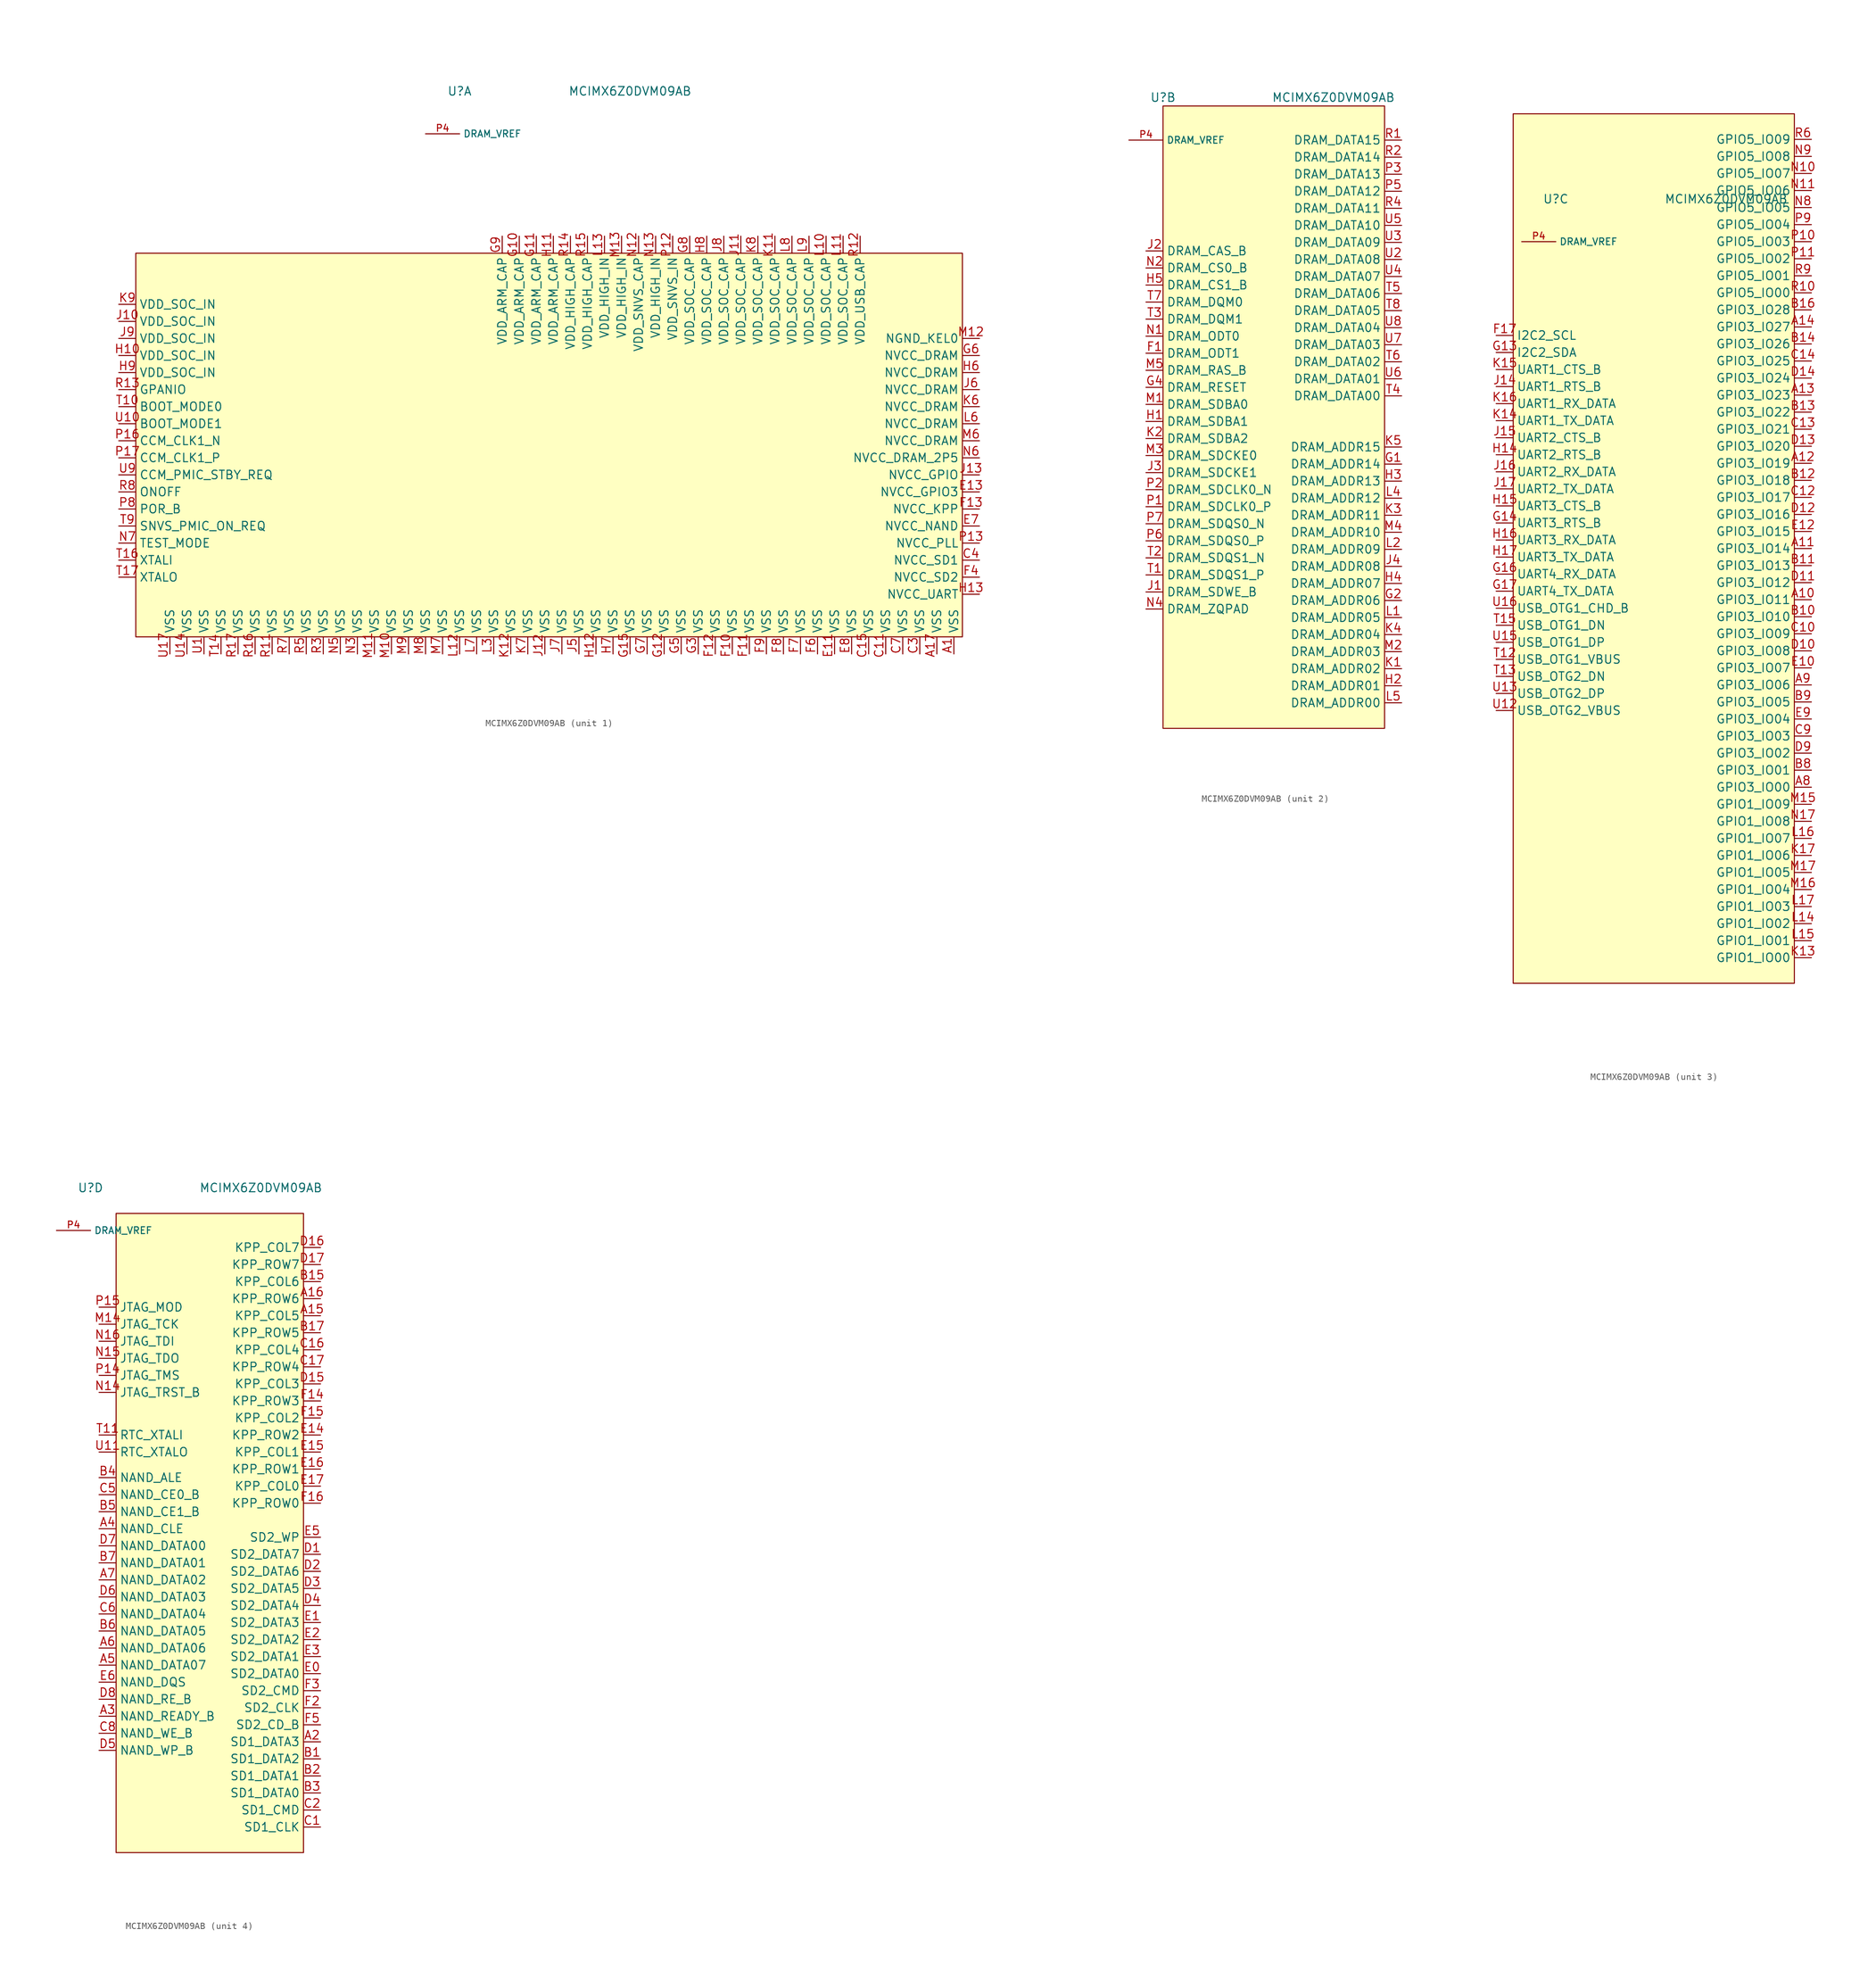
<source format=kicad_sym>
(kicad_symbol_lib
  (version 20211014)
  (generator kicad_symbol_editor)
  (symbol "MCIMX6Z0DVM09AB"
    (property "Reference" "U"
      (at -17.78 48.26 0)
      (effects (font (size 1.27 1.27))))
    (property "Value" "MCIMX6Z0DVM09AB"
      (at 7.62 48.26 0)
      (effects (font (size 1.27 1.27))))
    (property "ki_locked" ""
      (at 0 0 0)
      (effects (font (size 1.27 1.27))))
    (symbol "MCIMX6Z0DVM09AB_0_0"
      (pin power_in line (at -22.86 41.91 0) (length 5.08) (name "DRAM_VREF" (effects (font (size 1.016 1.016)))) (number "P4" (effects (font (size 1.016 1.016))))))
    (symbol "MCIMX6Z0DVM09AB_1_1"
      (rectangle (start 57.15 -33.02) (end -66.04 24.13) (stroke (width 0) (type default) (color 0 0 0 0)) (fill (type background)))
      (pin input line (at 55.88 -35.56 90) (length 2.54) (name "VSS" (effects (font (size 1.27 1.27)))) (number "A1" (effects (font (size 1.27 1.27)))))
      (pin input line (at 53.34 -35.56 90) (length 2.54) (name "VSS" (effects (font (size 1.27 1.27)))) (number "A17" (effects (font (size 1.27 1.27)))))
      (pin input line (at 45.72 -35.56 90) (length 2.54) (name "VSS" (effects (font (size 1.27 1.27)))) (number "C11" (effects (font (size 1.27 1.27)))))
      (pin input line (at 43.18 -35.56 90) (length 2.54) (name "VSS" (effects (font (size 1.27 1.27)))) (number "C15" (effects (font (size 1.27 1.27)))))
      (pin input line (at 50.8 -35.56 90) (length 2.54) (name "VSS" (effects (font (size 1.27 1.27)))) (number "C3" (effects (font (size 1.27 1.27)))))
      (pin input line (at 59.69 -21.59 180) (length 2.54) (name "NVCC_SD1" (effects (font (size 1.27 1.27)))) (number "C4" (effects (font (size 1.27 1.27)))))
      (pin input line (at 48.26 -35.56 90) (length 2.54) (name "VSS" (effects (font (size 1.27 1.27)))) (number "C7" (effects (font (size 1.27 1.27)))))
      (pin input line (at 38.1 -35.56 90) (length 2.54) (name "VSS" (effects (font (size 1.27 1.27)))) (number "E11" (effects (font (size 1.27 1.27)))))
      (pin input line (at 59.69 -11.43 180) (length 2.54) (name "NVCC_GPIO3" (effects (font (size 1.27 1.27)))) (number "E13" (effects (font (size 1.27 1.27)))))
      (pin input line (at 59.69 -16.51 180) (length 2.54) (name "NVCC_NAND" (effects (font (size 1.27 1.27)))) (number "E7" (effects (font (size 1.27 1.27)))))
      (pin input line (at 40.64 -35.56 90) (length 2.54) (name "VSS" (effects (font (size 1.27 1.27)))) (number "E8" (effects (font (size 1.27 1.27)))))
      (pin input line (at 22.86 -35.56 90) (length 2.54) (name "VSS" (effects (font (size 1.27 1.27)))) (number "F10" (effects (font (size 1.27 1.27)))))
      (pin input line (at 25.4 -35.56 90) (length 2.54) (name "VSS" (effects (font (size 1.27 1.27)))) (number "F11" (effects (font (size 1.27 1.27)))))
      (pin input line (at 20.32 -35.56 90) (length 2.54) (name "VSS" (effects (font (size 1.27 1.27)))) (number "F12" (effects (font (size 1.27 1.27)))))
      (pin input line (at 59.69 -13.97 180) (length 2.54) (name "NVCC_KPP" (effects (font (size 1.27 1.27)))) (number "F13" (effects (font (size 1.27 1.27)))))
      (pin input line (at 59.69 -24.13 180) (length 2.54) (name "NVCC_SD2" (effects (font (size 1.27 1.27)))) (number "F4" (effects (font (size 1.27 1.27)))))
      (pin input line (at 35.56 -35.56 90) (length 2.54) (name "VSS" (effects (font (size 1.27 1.27)))) (number "F6" (effects (font (size 1.27 1.27)))))
      (pin input line (at 33.02 -35.56 90) (length 2.54) (name "VSS" (effects (font (size 1.27 1.27)))) (number "F7" (effects (font (size 1.27 1.27)))))
      (pin input line (at 30.48 -35.56 90) (length 2.54) (name "VSS" (effects (font (size 1.27 1.27)))) (number "F8" (effects (font (size 1.27 1.27)))))
      (pin input line (at 27.94 -35.56 90) (length 2.54) (name "VSS" (effects (font (size 1.27 1.27)))) (number "F9" (effects (font (size 1.27 1.27)))))
      (pin input line (at -8.89 26.67 270) (length 2.54) (name "VDD_ARM_CAP" (effects (font (size 1.27 1.27)))) (number "G10" (effects (font (size 1.27 1.27)))))
      (pin input line (at -6.35 26.67 270) (length 2.54) (name "VDD_ARM_CAP" (effects (font (size 1.27 1.27)))) (number "G11" (effects (font (size 1.27 1.27)))))
      (pin input line (at 12.7 -35.56 90) (length 2.54) (name "VSS" (effects (font (size 1.27 1.27)))) (number "G12" (effects (font (size 1.27 1.27)))))
      (pin input line (at 7.62 -35.56 90) (length 2.54) (name "VSS" (effects (font (size 1.27 1.27)))) (number "G15" (effects (font (size 1.27 1.27)))))
      (pin input line (at 17.78 -35.56 90) (length 2.54) (name "VSS" (effects (font (size 1.27 1.27)))) (number "G3" (effects (font (size 1.27 1.27)))))
      (pin input line (at 15.24 -35.56 90) (length 2.54) (name "VSS" (effects (font (size 1.27 1.27)))) (number "G5" (effects (font (size 1.27 1.27)))))
      (pin input line (at 59.69 8.89 180) (length 2.54) (name "NVCC_DRAM" (effects (font (size 1.27 1.27)))) (number "G6" (effects (font (size 1.27 1.27)))))
      (pin input line (at 10.16 -35.56 90) (length 2.54) (name "VSS" (effects (font (size 1.27 1.27)))) (number "G7" (effects (font (size 1.27 1.27)))))
      (pin input line (at 16.51 26.67 270) (length 2.54) (name "VDD_SOC_CAP" (effects (font (size 1.27 1.27)))) (number "G8" (effects (font (size 1.27 1.27)))))
      (pin input line (at -11.43 26.67 270) (length 2.54) (name "VDD_ARM_CAP" (effects (font (size 1.27 1.27)))) (number "G9" (effects (font (size 1.27 1.27)))))
      (pin input line (at -68.58 8.89 0) (length 2.54) (name "VDD_SOC_IN" (effects (font (size 1.27 1.27)))) (number "H10" (effects (font (size 1.27 1.27)))))
      (pin input line (at -3.81 26.67 270) (length 2.54) (name "VDD_ARM_CAP" (effects (font (size 1.27 1.27)))) (number "H11" (effects (font (size 1.27 1.27)))))
      (pin input line (at 2.54 -35.56 90) (length 2.54) (name "VSS" (effects (font (size 1.27 1.27)))) (number "H12" (effects (font (size 1.27 1.27)))))
      (pin input line (at 59.69 -26.67 180) (length 2.54) (name "NVCC_UART" (effects (font (size 1.27 1.27)))) (number "H13" (effects (font (size 1.27 1.27)))))
      (pin input line (at 59.69 6.35 180) (length 2.54) (name "NVCC_DRAM" (effects (font (size 1.27 1.27)))) (number "H6" (effects (font (size 1.27 1.27)))))
      (pin input line (at 5.08 -35.56 90) (length 2.54) (name "VSS" (effects (font (size 1.27 1.27)))) (number "H7" (effects (font (size 1.27 1.27)))))
      (pin input line (at 19.05 26.67 270) (length 2.54) (name "VDD_SOC_CAP" (effects (font (size 1.27 1.27)))) (number "H8" (effects (font (size 1.27 1.27)))))
      (pin input line (at -68.58 6.35 0) (length 2.54) (name "VDD_SOC_IN" (effects (font (size 1.27 1.27)))) (number "H9" (effects (font (size 1.27 1.27)))))
      (pin input line (at -68.58 13.97 0) (length 2.54) (name "VDD_SOC_IN" (effects (font (size 1.27 1.27)))) (number "J10" (effects (font (size 1.27 1.27)))))
      (pin input line (at 24.13 26.67 270) (length 2.54) (name "VDD_SOC_CAP" (effects (font (size 1.27 1.27)))) (number "J11" (effects (font (size 1.27 1.27)))))
      (pin input line (at -5.08 -35.56 90) (length 2.54) (name "VSS" (effects (font (size 1.27 1.27)))) (number "J12" (effects (font (size 1.27 1.27)))))
      (pin input line (at 59.69 -8.89 180) (length 2.54) (name "NVCC_GPIO" (effects (font (size 1.27 1.27)))) (number "J13" (effects (font (size 1.27 1.27)))))
      (pin input line (at 0 -35.56 90) (length 2.54) (name "VSS" (effects (font (size 1.27 1.27)))) (number "J5" (effects (font (size 1.27 1.27)))))
      (pin input line (at 59.69 3.81 180) (length 2.54) (name "NVCC_DRAM" (effects (font (size 1.27 1.27)))) (number "J6" (effects (font (size 1.27 1.27)))))
      (pin input line (at -2.54 -35.56 90) (length 2.54) (name "VSS" (effects (font (size 1.27 1.27)))) (number "J7" (effects (font (size 1.27 1.27)))))
      (pin input line (at 21.59 26.67 270) (length 2.54) (name "VDD_SOC_CAP" (effects (font (size 1.27 1.27)))) (number "J8" (effects (font (size 1.27 1.27)))))
      (pin input line (at -68.58 11.43 0) (length 2.54) (name "VDD_SOC_IN" (effects (font (size 1.27 1.27)))) (number "J9" (effects (font (size 1.27 1.27)))))
      (pin input line (at 29.21 26.67 270) (length 2.54) (name "VDD_SOC_CAP" (effects (font (size 1.27 1.27)))) (number "K11" (effects (font (size 1.27 1.27)))))
      (pin input line (at -10.16 -35.56 90) (length 2.54) (name "VSS" (effects (font (size 1.27 1.27)))) (number "K12" (effects (font (size 1.27 1.27)))))
      (pin input line (at 59.69 1.27 180) (length 2.54) (name "NVCC_DRAM" (effects (font (size 1.27 1.27)))) (number "K6" (effects (font (size 1.27 1.27)))))
      (pin input line (at -7.62 -35.56 90) (length 2.54) (name "VSS" (effects (font (size 1.27 1.27)))) (number "K7" (effects (font (size 1.27 1.27)))))
      (pin input line (at 26.67 26.67 270) (length 2.54) (name "VDD_SOC_CAP" (effects (font (size 1.27 1.27)))) (number "K8" (effects (font (size 1.27 1.27)))))
      (pin input line (at -68.58 16.51 0) (length 2.54) (name "VDD_SOC_IN" (effects (font (size 1.27 1.27)))) (number "K9" (effects (font (size 1.27 1.27)))))
      (pin input line (at 36.83 26.67 270) (length 2.54) (name "VDD_SOC_CAP" (effects (font (size 1.27 1.27)))) (number "L10" (effects (font (size 1.27 1.27)))))
      (pin input line (at 39.37 26.67 270) (length 2.54) (name "VDD_SOC_CAP" (effects (font (size 1.27 1.27)))) (number "L11" (effects (font (size 1.27 1.27)))))
      (pin input line (at -17.78 -35.56 90) (length 2.54) (name "VSS" (effects (font (size 1.27 1.27)))) (number "L12" (effects (font (size 1.27 1.27)))))
      (pin input line (at 3.81 26.67 270) (length 2.54) (name "VDD_HIGH_IN" (effects (font (size 1.27 1.27)))) (number "L13" (effects (font (size 1.27 1.27)))))
      (pin input line (at -12.7 -35.56 90) (length 2.54) (name "VSS" (effects (font (size 1.27 1.27)))) (number "L3" (effects (font (size 1.27 1.27)))))
      (pin input line (at 59.69 -1.27 180) (length 2.54) (name "NVCC_DRAM" (effects (font (size 1.27 1.27)))) (number "L6" (effects (font (size 1.27 1.27)))))
      (pin input line (at -15.24 -35.56 90) (length 2.54) (name "VSS" (effects (font (size 1.27 1.27)))) (number "L7" (effects (font (size 1.27 1.27)))))
      (pin input line (at 31.75 26.67 270) (length 2.54) (name "VDD_SOC_CAP" (effects (font (size 1.27 1.27)))) (number "L8" (effects (font (size 1.27 1.27)))))
      (pin input line (at 34.29 26.67 270) (length 2.54) (name "VDD_SOC_CAP" (effects (font (size 1.27 1.27)))) (number "L9" (effects (font (size 1.27 1.27)))))
      (pin input line (at -27.94 -35.56 90) (length 2.54) (name "VSS" (effects (font (size 1.27 1.27)))) (number "M10" (effects (font (size 1.27 1.27)))))
      (pin input line (at -30.48 -35.56 90) (length 2.54) (name "VSS" (effects (font (size 1.27 1.27)))) (number "M11" (effects (font (size 1.27 1.27)))))
      (pin input line (at 59.69 11.43 180) (length 2.54) (name "NGND_KEL0" (effects (font (size 1.27 1.27)))) (number "M12" (effects (font (size 1.27 1.27)))))
      (pin input line (at 6.35 26.67 270) (length 2.54) (name "VDD_HIGH_IN" (effects (font (size 1.27 1.27)))) (number "M13" (effects (font (size 1.27 1.27)))))
      (pin input line (at 59.69 -3.81 180) (length 2.54) (name "NVCC_DRAM" (effects (font (size 1.27 1.27)))) (number "M6" (effects (font (size 1.27 1.27)))))
      (pin input line (at -20.32 -35.56 90) (length 2.54) (name "VSS" (effects (font (size 1.27 1.27)))) (number "M7" (effects (font (size 1.27 1.27)))))
      (pin input line (at -22.86 -35.56 90) (length 2.54) (name "VSS" (effects (font (size 1.27 1.27)))) (number "M8" (effects (font (size 1.27 1.27)))))
      (pin input line (at -25.4 -35.56 90) (length 2.54) (name "VSS" (effects (font (size 1.27 1.27)))) (number "M9" (effects (font (size 1.27 1.27)))))
      (pin input line (at 8.89 26.67 270) (length 2.54) (name "VDD_SNVS_CAP" (effects (font (size 1.27 1.27)))) (number "N12" (effects (font (size 1.27 1.27)))))
      (pin input line (at 11.43 26.67 270) (length 2.54) (name "VDD_HIGH_IN" (effects (font (size 1.27 1.27)))) (number "N13" (effects (font (size 1.27 1.27)))))
      (pin input line (at -33.02 -35.56 90) (length 2.54) (name "VSS" (effects (font (size 1.27 1.27)))) (number "N3" (effects (font (size 1.27 1.27)))))
      (pin input line (at -35.56 -35.56 90) (length 2.54) (name "VSS" (effects (font (size 1.27 1.27)))) (number "N5" (effects (font (size 1.27 1.27)))))
      (pin input line (at 59.69 -6.35 180) (length 2.54) (name "NVCC_DRAM_2P5" (effects (font (size 1.27 1.27)))) (number "N6" (effects (font (size 1.27 1.27)))))
      (pin unspecified line (at -68.58 -19.05 0) (length 2.54) (name "TEST_MODE" (effects (font (size 1.27 1.27)))) (number "N7" (effects (font (size 1.27 1.27)))))
      (pin input line (at 13.97 26.67 270) (length 2.54) (name "VDD_SNVS_IN" (effects (font (size 1.27 1.27)))) (number "P12" (effects (font (size 1.27 1.27)))))
      (pin input line (at 59.69 -19.05 180) (length 2.54) (name "NVCC_PLL" (effects (font (size 1.27 1.27)))) (number "P13" (effects (font (size 1.27 1.27)))))
      (pin input line (at -68.58 -3.81 0) (length 2.54) (name "CCM_CLK1_N" (effects (font (size 1.27 1.27)))) (number "P16" (effects (font (size 1.27 1.27)))))
      (pin input line (at -68.58 -6.35 0) (length 2.54) (name "CCM_CLK1_P" (effects (font (size 1.27 1.27)))) (number "P17" (effects (font (size 1.27 1.27)))))
      (pin unspecified line (at -68.58 -13.97 0) (length 2.54) (name "POR_B" (effects (font (size 1.27 1.27)))) (number "P8" (effects (font (size 1.27 1.27)))))
      (pin input line (at -45.72 -35.56 90) (length 2.54) (name "VSS" (effects (font (size 1.27 1.27)))) (number "R11" (effects (font (size 1.27 1.27)))))
      (pin input line (at 41.91 26.67 270) (length 2.54) (name "VDD_USB_CAP" (effects (font (size 1.27 1.27)))) (number "R12" (effects (font (size 1.27 1.27)))))
      (pin input line (at -68.58 3.81 0) (length 2.54) (name "GPANIO" (effects (font (size 1.27 1.27)))) (number "R13" (effects (font (size 1.27 1.27)))))
      (pin input line (at -1.27 26.67 270) (length 2.54) (name "VDD_HIGH_CAP" (effects (font (size 1.27 1.27)))) (number "R14" (effects (font (size 1.27 1.27)))))
      (pin input line (at 1.27 26.67 270) (length 2.54) (name "VDD_HIGH_CAP" (effects (font (size 1.27 1.27)))) (number "R15" (effects (font (size 1.27 1.27)))))
      (pin input line (at -48.26 -35.56 90) (length 2.54) (name "VSS" (effects (font (size 1.27 1.27)))) (number "R16" (effects (font (size 1.27 1.27)))))
      (pin input line (at -50.8 -35.56 90) (length 2.54) (name "VSS" (effects (font (size 1.27 1.27)))) (number "R17" (effects (font (size 1.27 1.27)))))
      (pin input line (at -38.1 -35.56 90) (length 2.54) (name "VSS" (effects (font (size 1.27 1.27)))) (number "R3" (effects (font (size 1.27 1.27)))))
      (pin input line (at -40.64 -35.56 90) (length 2.54) (name "VSS" (effects (font (size 1.27 1.27)))) (number "R5" (effects (font (size 1.27 1.27)))))
      (pin input line (at -43.18 -35.56 90) (length 2.54) (name "VSS" (effects (font (size 1.27 1.27)))) (number "R7" (effects (font (size 1.27 1.27)))))
      (pin unspecified line (at -68.58 -11.43 0) (length 2.54) (name "ONOFF" (effects (font (size 1.27 1.27)))) (number "R8" (effects (font (size 1.27 1.27)))))
      (pin input line (at -68.58 1.27 0) (length 2.54) (name "BOOT_MODE0" (effects (font (size 1.27 1.27)))) (number "T10" (effects (font (size 1.27 1.27)))))
      (pin input line (at -53.34 -35.56 90) (length 2.54) (name "VSS" (effects (font (size 1.27 1.27)))) (number "T14" (effects (font (size 1.27 1.27)))))
      (pin bidirectional line (at -68.58 -21.59 0) (length 2.54) (name "XTALI" (effects (font (size 1.27 1.27)))) (number "T16" (effects (font (size 1.27 1.27)))))
      (pin bidirectional line (at -68.58 -24.13 0) (length 2.54) (name "XTALO" (effects (font (size 1.27 1.27)))) (number "T17" (effects (font (size 1.27 1.27)))))
      (pin unspecified line (at -68.58 -16.51 0) (length 2.54) (name "SNVS_PMIC_ON_REQ" (effects (font (size 1.27 1.27)))) (number "T9" (effects (font (size 1.27 1.27)))))
      (pin input line (at -55.88 -35.56 90) (length 2.54) (name "VSS" (effects (font (size 1.27 1.27)))) (number "U1" (effects (font (size 1.27 1.27)))))
      (pin input line (at -68.58 -1.27 0) (length 2.54) (name "BOOT_MODE1" (effects (font (size 1.27 1.27)))) (number "U10" (effects (font (size 1.27 1.27)))))
      (pin input line (at -58.42 -35.56 90) (length 2.54) (name "VSS" (effects (font (size 1.27 1.27)))) (number "U14" (effects (font (size 1.27 1.27)))))
      (pin input line (at -60.96 -35.56 90) (length 2.54) (name "VSS" (effects (font (size 1.27 1.27)))) (number "U17" (effects (font (size 1.27 1.27)))))
      (pin input line (at -68.58 -8.89 0) (length 2.54) (name "CCM_PMIC_STBY_REQ" (effects (font (size 1.27 1.27)))) (number "U9" (effects (font (size 1.27 1.27))))))
    (symbol "MCIMX6Z0DVM09AB_2_1"
      (rectangle (start 15.24 46.99) (end -17.78 -45.72) (stroke (width 0) (type default) (color 0 0 0 0)) (fill (type background)))
      (pin output line (at -20.32 10.16 0) (length 2.54) (name "DRAM_ODT1" (effects (font (size 1.27 1.27)))) (number "F1" (effects (font (size 1.27 1.27)))))
      (pin output line (at 17.78 -6.35 180) (length 2.54) (name "DRAM_ADDR14" (effects (font (size 1.27 1.27)))) (number "G1" (effects (font (size 1.27 1.27)))))
      (pin output line (at 17.78 -26.67 180) (length 2.54) (name "DRAM_ADDR06" (effects (font (size 1.27 1.27)))) (number "G2" (effects (font (size 1.27 1.27)))))
      (pin output line (at -20.32 5.08 0) (length 2.54) (name "DRAM_RESET" (effects (font (size 1.27 1.27)))) (number "G4" (effects (font (size 1.27 1.27)))))
      (pin output line (at -20.32 0 0) (length 2.54) (name "DRAM_SDBA1" (effects (font (size 1.27 1.27)))) (number "H1" (effects (font (size 1.27 1.27)))))
      (pin output line (at 17.78 -39.37 180) (length 2.54) (name "DRAM_ADDR01" (effects (font (size 1.27 1.27)))) (number "H2" (effects (font (size 1.27 1.27)))))
      (pin output line (at 17.78 -8.89 180) (length 2.54) (name "DRAM_ADDR13" (effects (font (size 1.27 1.27)))) (number "H3" (effects (font (size 1.27 1.27)))))
      (pin output line (at 17.78 -24.13 180) (length 2.54) (name "DRAM_ADDR07" (effects (font (size 1.27 1.27)))) (number "H4" (effects (font (size 1.27 1.27)))))
      (pin output line (at -20.32 20.32 0) (length 2.54) (name "DRAM_CS1_B" (effects (font (size 1.27 1.27)))) (number "H5" (effects (font (size 1.27 1.27)))))
      (pin output line (at -20.32 -25.4 0) (length 2.54) (name "DRAM_SDWE_B" (effects (font (size 1.27 1.27)))) (number "J1" (effects (font (size 1.27 1.27)))))
      (pin output line (at -20.32 25.4 0) (length 2.54) (name "DRAM_CAS_B" (effects (font (size 1.27 1.27)))) (number "J2" (effects (font (size 1.27 1.27)))))
      (pin output line (at -20.32 -7.62 0) (length 2.54) (name "DRAM_SDCKE1" (effects (font (size 1.27 1.27)))) (number "J3" (effects (font (size 1.27 1.27)))))
      (pin output line (at 17.78 -21.59 180) (length 2.54) (name "DRAM_ADDR08" (effects (font (size 1.27 1.27)))) (number "J4" (effects (font (size 1.27 1.27)))))
      (pin output line (at 17.78 -36.83 180) (length 2.54) (name "DRAM_ADDR02" (effects (font (size 1.27 1.27)))) (number "K1" (effects (font (size 1.27 1.27)))))
      (pin output line (at -20.32 -2.54 0) (length 2.54) (name "DRAM_SDBA2" (effects (font (size 1.27 1.27)))) (number "K2" (effects (font (size 1.27 1.27)))))
      (pin output line (at 17.78 -13.97 180) (length 2.54) (name "DRAM_ADDR11" (effects (font (size 1.27 1.27)))) (number "K3" (effects (font (size 1.27 1.27)))))
      (pin output line (at 17.78 -31.75 180) (length 2.54) (name "DRAM_ADDR04" (effects (font (size 1.27 1.27)))) (number "K4" (effects (font (size 1.27 1.27)))))
      (pin output line (at 17.78 -3.81 180) (length 2.54) (name "DRAM_ADDR15" (effects (font (size 1.27 1.27)))) (number "K5" (effects (font (size 1.27 1.27)))))
      (pin output line (at 17.78 -29.21 180) (length 2.54) (name "DRAM_ADDR05" (effects (font (size 1.27 1.27)))) (number "L1" (effects (font (size 1.27 1.27)))))
      (pin output line (at 17.78 -19.05 180) (length 2.54) (name "DRAM_ADDR09" (effects (font (size 1.27 1.27)))) (number "L2" (effects (font (size 1.27 1.27)))))
      (pin output line (at 17.78 -11.43 180) (length 2.54) (name "DRAM_ADDR12" (effects (font (size 1.27 1.27)))) (number "L4" (effects (font (size 1.27 1.27)))))
      (pin output line (at 17.78 -41.91 180) (length 2.54) (name "DRAM_ADDR00" (effects (font (size 1.27 1.27)))) (number "L5" (effects (font (size 1.27 1.27)))))
      (pin output line (at -20.32 2.54 0) (length 2.54) (name "DRAM_SDBA0" (effects (font (size 1.27 1.27)))) (number "M1" (effects (font (size 1.27 1.27)))))
      (pin output line (at 17.78 -34.29 180) (length 2.54) (name "DRAM_ADDR03" (effects (font (size 1.27 1.27)))) (number "M2" (effects (font (size 1.27 1.27)))))
      (pin output line (at -20.32 -5.08 0) (length 2.54) (name "DRAM_SDCKE0" (effects (font (size 1.27 1.27)))) (number "M3" (effects (font (size 1.27 1.27)))))
      (pin output line (at 17.78 -16.51 180) (length 2.54) (name "DRAM_ADDR10" (effects (font (size 1.27 1.27)))) (number "M4" (effects (font (size 1.27 1.27)))))
      (pin output line (at -20.32 7.62 0) (length 2.54) (name "DRAM_RAS_B" (effects (font (size 1.27 1.27)))) (number "M5" (effects (font (size 1.27 1.27)))))
      (pin output line (at -20.32 12.7 0) (length 2.54) (name "DRAM_ODT0" (effects (font (size 1.27 1.27)))) (number "N1" (effects (font (size 1.27 1.27)))))
      (pin output line (at -20.32 22.86 0) (length 2.54) (name "DRAM_CS0_B" (effects (font (size 1.27 1.27)))) (number "N2" (effects (font (size 1.27 1.27)))))
      (pin input line (at -20.32 -27.94 0) (length 2.54) (name "DRAM_ZQPAD" (effects (font (size 1.27 1.27)))) (number "N4" (effects (font (size 1.27 1.27)))))
      (pin input line (at -20.32 -12.7 0) (length 2.54) (name "DRAM_SDCLK0_P" (effects (font (size 1.27 1.27)))) (number "P1" (effects (font (size 1.27 1.27)))))
      (pin input line (at -20.32 -10.16 0) (length 2.54) (name "DRAM_SDCLK0_N" (effects (font (size 1.27 1.27)))) (number "P2" (effects (font (size 1.27 1.27)))))
      (pin input line (at 17.78 36.83 180) (length 2.54) (name "DRAM_DATA13" (effects (font (size 1.27 1.27)))) (number "P3" (effects (font (size 1.27 1.27)))))
      (pin input line (at 17.78 34.29 180) (length 2.54) (name "DRAM_DATA12" (effects (font (size 1.27 1.27)))) (number "P5" (effects (font (size 1.27 1.27)))))
      (pin input line (at -20.32 -17.78 0) (length 2.54) (name "DRAM_SDQS0_P" (effects (font (size 1.27 1.27)))) (number "P6" (effects (font (size 1.27 1.27)))))
      (pin input line (at -20.32 -15.24 0) (length 2.54) (name "DRAM_SDQS0_N" (effects (font (size 1.27 1.27)))) (number "P7" (effects (font (size 1.27 1.27)))))
      (pin input line (at 17.78 41.91 180) (length 2.54) (name "DRAM_DATA15" (effects (font (size 1.27 1.27)))) (number "R1" (effects (font (size 1.27 1.27)))))
      (pin input line (at 17.78 39.37 180) (length 2.54) (name "DRAM_DATA14" (effects (font (size 1.27 1.27)))) (number "R2" (effects (font (size 1.27 1.27)))))
      (pin input line (at 17.78 31.75 180) (length 2.54) (name "DRAM_DATA11" (effects (font (size 1.27 1.27)))) (number "R4" (effects (font (size 1.27 1.27)))))
      (pin input line (at -20.32 -22.86 0) (length 2.54) (name "DRAM_SDQS1_P" (effects (font (size 1.27 1.27)))) (number "T1" (effects (font (size 1.27 1.27)))))
      (pin input line (at -20.32 -20.32 0) (length 2.54) (name "DRAM_SDQS1_N" (effects (font (size 1.27 1.27)))) (number "T2" (effects (font (size 1.27 1.27)))))
      (pin output line (at -20.32 15.24 0) (length 2.54) (name "DRAM_DQM1" (effects (font (size 1.27 1.27)))) (number "T3" (effects (font (size 1.27 1.27)))))
      (pin input line (at 17.78 3.81 180) (length 2.54) (name "DRAM_DATA00" (effects (font (size 1.27 1.27)))) (number "T4" (effects (font (size 1.27 1.27)))))
      (pin input line (at 17.78 19.05 180) (length 2.54) (name "DRAM_DATA06" (effects (font (size 1.27 1.27)))) (number "T5" (effects (font (size 1.27 1.27)))))
      (pin input line (at 17.78 8.89 180) (length 2.54) (name "DRAM_DATA02" (effects (font (size 1.27 1.27)))) (number "T6" (effects (font (size 1.27 1.27)))))
      (pin output line (at -20.32 17.78 0) (length 2.54) (name "DRAM_DQM0" (effects (font (size 1.27 1.27)))) (number "T7" (effects (font (size 1.27 1.27)))))
      (pin input line (at 17.78 16.51 180) (length 2.54) (name "DRAM_DATA05" (effects (font (size 1.27 1.27)))) (number "T8" (effects (font (size 1.27 1.27)))))
      (pin input line (at 17.78 24.13 180) (length 2.54) (name "DRAM_DATA08" (effects (font (size 1.27 1.27)))) (number "U2" (effects (font (size 1.27 1.27)))))
      (pin input line (at 17.78 26.67 180) (length 2.54) (name "DRAM_DATA09" (effects (font (size 1.27 1.27)))) (number "U3" (effects (font (size 1.27 1.27)))))
      (pin input line (at 17.78 21.59 180) (length 2.54) (name "DRAM_DATA07" (effects (font (size 1.27 1.27)))) (number "U4" (effects (font (size 1.27 1.27)))))
      (pin input line (at 17.78 29.21 180) (length 2.54) (name "DRAM_DATA10" (effects (font (size 1.27 1.27)))) (number "U5" (effects (font (size 1.27 1.27)))))
      (pin input line (at 17.78 6.35 180) (length 2.54) (name "DRAM_DATA01" (effects (font (size 1.27 1.27)))) (number "U6" (effects (font (size 1.27 1.27)))))
      (pin input line (at 17.78 11.43 180) (length 2.54) (name "DRAM_DATA03" (effects (font (size 1.27 1.27)))) (number "U7" (effects (font (size 1.27 1.27)))))
      (pin input line (at 17.78 13.97 180) (length 2.54) (name "DRAM_DATA04" (effects (font (size 1.27 1.27)))) (number "U8" (effects (font (size 1.27 1.27))))))
    (symbol "MCIMX6Z0DVM09AB_3_1"
      (rectangle (start 17.78 -68.58) (end -24.13 60.96) (stroke (width 0) (type default) (color 0 0 0 0)) (fill (type background)))
      (pin bidirectional line (at 20.32 -11.43 180) (length 2.54) (name "GPIO3_IO11" (effects (font (size 1.27 1.27)))) (number "A10" (effects (font (size 1.27 1.27)))))
      (pin bidirectional line (at 20.32 -3.81 180) (length 2.54) (name "GPIO3_IO14" (effects (font (size 1.27 1.27)))) (number "A11" (effects (font (size 1.27 1.27)))))
      (pin bidirectional line (at 20.32 8.89 180) (length 2.54) (name "GPIO3_IO19" (effects (font (size 1.27 1.27)))) (number "A12" (effects (font (size 1.27 1.27)))))
      (pin bidirectional line (at 20.32 19.05 180) (length 2.54) (name "GPIO3_IO23" (effects (font (size 1.27 1.27)))) (number "A13" (effects (font (size 1.27 1.27)))))
      (pin bidirectional line (at 20.32 29.21 180) (length 2.54) (name "GPIO3_IO27" (effects (font (size 1.27 1.27)))) (number "A14" (effects (font (size 1.27 1.27)))))
      (pin bidirectional line (at 20.32 -39.37 180) (length 2.54) (name "GPIO3_IO00" (effects (font (size 1.27 1.27)))) (number "A8" (effects (font (size 1.27 1.27)))))
      (pin bidirectional line (at 20.32 -24.13 180) (length 2.54) (name "GPIO3_IO06" (effects (font (size 1.27 1.27)))) (number "A9" (effects (font (size 1.27 1.27)))))
      (pin bidirectional line (at 20.32 -13.97 180) (length 2.54) (name "GPIO3_IO10" (effects (font (size 1.27 1.27)))) (number "B10" (effects (font (size 1.27 1.27)))))
      (pin bidirectional line (at 20.32 -6.35 180) (length 2.54) (name "GPIO3_IO13" (effects (font (size 1.27 1.27)))) (number "B11" (effects (font (size 1.27 1.27)))))
      (pin bidirectional line (at 20.32 6.35 180) (length 2.54) (name "GPIO3_IO18" (effects (font (size 1.27 1.27)))) (number "B12" (effects (font (size 1.27 1.27)))))
      (pin bidirectional line (at 20.32 16.51 180) (length 2.54) (name "GPIO3_IO22" (effects (font (size 1.27 1.27)))) (number "B13" (effects (font (size 1.27 1.27)))))
      (pin bidirectional line (at 20.32 26.67 180) (length 2.54) (name "GPIO3_IO26" (effects (font (size 1.27 1.27)))) (number "B14" (effects (font (size 1.27 1.27)))))
      (pin bidirectional line (at 20.32 31.75 180) (length 2.54) (name "GPIO3_IO28" (effects (font (size 1.27 1.27)))) (number "B16" (effects (font (size 1.27 1.27)))))
      (pin bidirectional line (at 20.32 -36.83 180) (length 2.54) (name "GPIO3_IO01" (effects (font (size 1.27 1.27)))) (number "B8" (effects (font (size 1.27 1.27)))))
      (pin bidirectional line (at 20.32 -26.67 180) (length 2.54) (name "GPIO3_IO05" (effects (font (size 1.27 1.27)))) (number "B9" (effects (font (size 1.27 1.27)))))
      (pin bidirectional line (at 20.32 -16.51 180) (length 2.54) (name "GPIO3_IO09" (effects (font (size 1.27 1.27)))) (number "C10" (effects (font (size 1.27 1.27)))))
      (pin bidirectional line (at 20.32 3.81 180) (length 2.54) (name "GPIO3_IO17" (effects (font (size 1.27 1.27)))) (number "C12" (effects (font (size 1.27 1.27)))))
      (pin bidirectional line (at 20.32 13.97 180) (length 2.54) (name "GPIO3_IO21" (effects (font (size 1.27 1.27)))) (number "C13" (effects (font (size 1.27 1.27)))))
      (pin bidirectional line (at 20.32 24.13 180) (length 2.54) (name "GPIO3_IO25" (effects (font (size 1.27 1.27)))) (number "C14" (effects (font (size 1.27 1.27)))))
      (pin bidirectional line (at 20.32 -31.75 180) (length 2.54) (name "GPIO3_IO03" (effects (font (size 1.27 1.27)))) (number "C9" (effects (font (size 1.27 1.27)))))
      (pin bidirectional line (at 20.32 -19.05 180) (length 2.54) (name "GPIO3_IO08" (effects (font (size 1.27 1.27)))) (number "D10" (effects (font (size 1.27 1.27)))))
      (pin bidirectional line (at 20.32 -8.89 180) (length 2.54) (name "GPIO3_IO12" (effects (font (size 1.27 1.27)))) (number "D11" (effects (font (size 1.27 1.27)))))
      (pin bidirectional line (at 20.32 1.27 180) (length 2.54) (name "GPIO3_IO16" (effects (font (size 1.27 1.27)))) (number "D12" (effects (font (size 1.27 1.27)))))
      (pin bidirectional line (at 20.32 11.43 180) (length 2.54) (name "GPIO3_IO20" (effects (font (size 1.27 1.27)))) (number "D13" (effects (font (size 1.27 1.27)))))
      (pin bidirectional line (at 20.32 21.59 180) (length 2.54) (name "GPIO3_IO24" (effects (font (size 1.27 1.27)))) (number "D14" (effects (font (size 1.27 1.27)))))
      (pin bidirectional line (at 20.32 -34.29 180) (length 2.54) (name "GPIO3_IO02" (effects (font (size 1.27 1.27)))) (number "D9" (effects (font (size 1.27 1.27)))))
      (pin bidirectional line (at 20.32 -21.59 180) (length 2.54) (name "GPIO3_IO07" (effects (font (size 1.27 1.27)))) (number "E10" (effects (font (size 1.27 1.27)))))
      (pin bidirectional line (at 20.32 -1.27 180) (length 2.54) (name "GPIO3_IO15" (effects (font (size 1.27 1.27)))) (number "E12" (effects (font (size 1.27 1.27)))))
      (pin bidirectional line (at 20.32 -29.21 180) (length 2.54) (name "GPIO3_IO04" (effects (font (size 1.27 1.27)))) (number "E9" (effects (font (size 1.27 1.27)))))
      (pin bidirectional line (at -26.67 27.94 0) (length 2.54) (name "I2C2_SCL" (effects (font (size 1.27 1.27)))) (number "F17" (effects (font (size 1.27 1.27)))))
      (pin bidirectional line (at -26.67 25.4 0) (length 2.54) (name "I2C2_SDA" (effects (font (size 1.27 1.27)))) (number "G13" (effects (font (size 1.27 1.27)))))
      (pin bidirectional line (at -26.67 0 0) (length 2.54) (name "UART3_RTS_B" (effects (font (size 1.27 1.27)))) (number "G14" (effects (font (size 1.27 1.27)))))
      (pin bidirectional line (at -26.67 -7.62 0) (length 2.54) (name "UART4_RX_DATA" (effects (font (size 1.27 1.27)))) (number "G16" (effects (font (size 1.27 1.27)))))
      (pin bidirectional line (at -26.67 -10.16 0) (length 2.54) (name "UART4_TX_DATA" (effects (font (size 1.27 1.27)))) (number "G17" (effects (font (size 1.27 1.27)))))
      (pin bidirectional line (at -26.67 10.16 0) (length 2.54) (name "UART2_RTS_B" (effects (font (size 1.27 1.27)))) (number "H14" (effects (font (size 1.27 1.27)))))
      (pin bidirectional line (at -26.67 2.54 0) (length 2.54) (name "UART3_CTS_B" (effects (font (size 1.27 1.27)))) (number "H15" (effects (font (size 1.27 1.27)))))
      (pin bidirectional line (at -26.67 -2.54 0) (length 2.54) (name "UART3_RX_DATA" (effects (font (size 1.27 1.27)))) (number "H16" (effects (font (size 1.27 1.27)))))
      (pin bidirectional line (at -26.67 -5.08 0) (length 2.54) (name "UART3_TX_DATA" (effects (font (size 1.27 1.27)))) (number "H17" (effects (font (size 1.27 1.27)))))
      (pin bidirectional line (at -26.67 20.32 0) (length 2.54) (name "UART1_RTS_B" (effects (font (size 1.27 1.27)))) (number "J14" (effects (font (size 1.27 1.27)))))
      (pin bidirectional line (at -26.67 12.7 0) (length 2.54) (name "UART2_CTS_B" (effects (font (size 1.27 1.27)))) (number "J15" (effects (font (size 1.27 1.27)))))
      (pin bidirectional line (at -26.67 7.62 0) (length 2.54) (name "UART2_RX_DATA" (effects (font (size 1.27 1.27)))) (number "J16" (effects (font (size 1.27 1.27)))))
      (pin bidirectional line (at -26.67 5.08 0) (length 2.54) (name "UART2_TX_DATA" (effects (font (size 1.27 1.27)))) (number "J17" (effects (font (size 1.27 1.27)))))
      (pin bidirectional line (at 20.32 -64.77 180) (length 2.54) (name "GPIO1_IO00" (effects (font (size 1.27 1.27)))) (number "K13" (effects (font (size 1.27 1.27)))))
      (pin bidirectional line (at -26.67 15.24 0) (length 2.54) (name "UART1_TX_DATA" (effects (font (size 1.27 1.27)))) (number "K14" (effects (font (size 1.27 1.27)))))
      (pin bidirectional line (at -26.67 22.86 0) (length 2.54) (name "UART1_CTS_B" (effects (font (size 1.27 1.27)))) (number "K15" (effects (font (size 1.27 1.27)))))
      (pin bidirectional line (at -26.67 17.78 0) (length 2.54) (name "UART1_RX_DATA" (effects (font (size 1.27 1.27)))) (number "K16" (effects (font (size 1.27 1.27)))))
      (pin bidirectional line (at 20.32 -49.53 180) (length 2.54) (name "GPIO1_IO06" (effects (font (size 1.27 1.27)))) (number "K17" (effects (font (size 1.27 1.27)))))
      (pin bidirectional line (at 20.32 -59.69 180) (length 2.54) (name "GPIO1_IO02" (effects (font (size 1.27 1.27)))) (number "L14" (effects (font (size 1.27 1.27)))))
      (pin bidirectional line (at 20.32 -62.23 180) (length 2.54) (name "GPIO1_IO01" (effects (font (size 1.27 1.27)))) (number "L15" (effects (font (size 1.27 1.27)))))
      (pin bidirectional line (at 20.32 -46.99 180) (length 2.54) (name "GPIO1_IO07" (effects (font (size 1.27 1.27)))) (number "L16" (effects (font (size 1.27 1.27)))))
      (pin bidirectional line (at 20.32 -57.15 180) (length 2.54) (name "GPIO1_IO03" (effects (font (size 1.27 1.27)))) (number "L17" (effects (font (size 1.27 1.27)))))
      (pin bidirectional line (at 20.32 -41.91 180) (length 2.54) (name "GPIO1_IO09" (effects (font (size 1.27 1.27)))) (number "M15" (effects (font (size 1.27 1.27)))))
      (pin bidirectional line (at 20.32 -54.61 180) (length 2.54) (name "GPIO1_IO04" (effects (font (size 1.27 1.27)))) (number "M16" (effects (font (size 1.27 1.27)))))
      (pin bidirectional line (at 20.32 -52.07 180) (length 2.54) (name "GPIO1_IO05" (effects (font (size 1.27 1.27)))) (number "M17" (effects (font (size 1.27 1.27)))))
      (pin bidirectional line (at 20.32 52.07 180) (length 2.54) (name "GPIO5_IO07" (effects (font (size 1.27 1.27)))) (number "N10" (effects (font (size 1.27 1.27)))))
      (pin bidirectional line (at 20.32 49.53 180) (length 2.54) (name "GPIO5_IO06" (effects (font (size 1.27 1.27)))) (number "N11" (effects (font (size 1.27 1.27)))))
      (pin bidirectional line (at 20.32 -44.45 180) (length 2.54) (name "GPIO1_IO08" (effects (font (size 1.27 1.27)))) (number "N17" (effects (font (size 1.27 1.27)))))
      (pin bidirectional line (at 20.32 46.99 180) (length 2.54) (name "GPIO5_IO05" (effects (font (size 1.27 1.27)))) (number "N8" (effects (font (size 1.27 1.27)))))
      (pin bidirectional line (at 20.32 54.61 180) (length 2.54) (name "GPIO5_IO08" (effects (font (size 1.27 1.27)))) (number "N9" (effects (font (size 1.27 1.27)))))
      (pin bidirectional line (at 20.32 41.91 180) (length 2.54) (name "GPIO5_IO03" (effects (font (size 1.27 1.27)))) (number "P10" (effects (font (size 1.27 1.27)))))
      (pin bidirectional line (at 20.32 39.37 180) (length 2.54) (name "GPIO5_IO02" (effects (font (size 1.27 1.27)))) (number "P11" (effects (font (size 1.27 1.27)))))
      (pin bidirectional line (at 20.32 44.45 180) (length 2.54) (name "GPIO5_IO04" (effects (font (size 1.27 1.27)))) (number "P9" (effects (font (size 1.27 1.27)))))
      (pin bidirectional line (at 20.32 34.29 180) (length 2.54) (name "GPIO5_IO00" (effects (font (size 1.27 1.27)))) (number "R10" (effects (font (size 1.27 1.27)))))
      (pin bidirectional line (at 20.32 57.15 180) (length 2.54) (name "GPIO5_IO09" (effects (font (size 1.27 1.27)))) (number "R6" (effects (font (size 1.27 1.27)))))
      (pin bidirectional line (at 20.32 36.83 180) (length 2.54) (name "GPIO5_IO01" (effects (font (size 1.27 1.27)))) (number "R9" (effects (font (size 1.27 1.27)))))
      (pin bidirectional line (at -26.67 -20.32 0) (length 2.54) (name "USB_OTG1_VBUS" (effects (font (size 1.27 1.27)))) (number "T12" (effects (font (size 1.27 1.27)))))
      (pin bidirectional line (at -26.67 -22.86 0) (length 2.54) (name "USB_OTG2_DN" (effects (font (size 1.27 1.27)))) (number "T13" (effects (font (size 1.27 1.27)))))
      (pin bidirectional line (at -26.67 -15.24 0) (length 2.54) (name "USB_OTG1_DN" (effects (font (size 1.27 1.27)))) (number "T15" (effects (font (size 1.27 1.27)))))
      (pin bidirectional line (at -26.67 -27.94 0) (length 2.54) (name "USB_OTG2_VBUS" (effects (font (size 1.27 1.27)))) (number "U12" (effects (font (size 1.27 1.27)))))
      (pin bidirectional line (at -26.67 -25.4 0) (length 2.54) (name "USB_OTG2_DP" (effects (font (size 1.27 1.27)))) (number "U13" (effects (font (size 1.27 1.27)))))
      (pin bidirectional line (at -26.67 -17.78 0) (length 2.54) (name "USB_OTG1_DP" (effects (font (size 1.27 1.27)))) (number "U15" (effects (font (size 1.27 1.27)))))
      (pin bidirectional line (at -26.67 -12.7 0) (length 2.54) (name "USB_OTG1_CHD_B" (effects (font (size 1.27 1.27)))) (number "U16" (effects (font (size 1.27 1.27))))))
    (symbol "MCIMX6Z0DVM09AB_4_1"
      (rectangle (start -13.97 44.45) (end 13.97 -50.8) (stroke (width 0) (type default) (color 0 0 0 0)) (fill (type background)))
      (pin bidirectional line (at 16.51 29.21 180) (length 2.54) (name "KPP_COL5" (effects (font (size 1.27 1.27)))) (number "A15" (effects (font (size 1.27 1.27)))))
      (pin bidirectional line (at 16.51 31.75 180) (length 2.54) (name "KPP_ROW6" (effects (font (size 1.27 1.27)))) (number "A16" (effects (font (size 1.27 1.27)))))
      (pin bidirectional line (at 16.51 -34.29 180) (length 2.54) (name "SD1_DATA3" (effects (font (size 1.27 1.27)))) (number "A2" (effects (font (size 1.27 1.27)))))
      (pin bidirectional line (at -16.51 -30.48 0) (length 2.54) (name "NAND_READY_B" (effects (font (size 1.27 1.27)))) (number "A3" (effects (font (size 1.27 1.27)))))
      (pin bidirectional line (at -16.51 -2.54 0) (length 2.54) (name "NAND_CLE" (effects (font (size 1.27 1.27)))) (number "A4" (effects (font (size 1.27 1.27)))))
      (pin bidirectional line (at -16.51 -22.86 0) (length 2.54) (name "NAND_DATA07" (effects (font (size 1.27 1.27)))) (number "A5" (effects (font (size 1.27 1.27)))))
      (pin bidirectional line (at -16.51 -20.32 0) (length 2.54) (name "NAND_DATA06" (effects (font (size 1.27 1.27)))) (number "A6" (effects (font (size 1.27 1.27)))))
      (pin bidirectional line (at -16.51 -10.16 0) (length 2.54) (name "NAND_DATA02" (effects (font (size 1.27 1.27)))) (number "A7" (effects (font (size 1.27 1.27)))))
      (pin bidirectional line (at 16.51 -36.83 180) (length 2.54) (name "SD1_DATA2" (effects (font (size 1.27 1.27)))) (number "B1" (effects (font (size 1.27 1.27)))))
      (pin bidirectional line (at 16.51 34.29 180) (length 2.54) (name "KPP_COL6" (effects (font (size 1.27 1.27)))) (number "B15" (effects (font (size 1.27 1.27)))))
      (pin bidirectional line (at 16.51 26.67 180) (length 2.54) (name "KPP_ROW5" (effects (font (size 1.27 1.27)))) (number "B17" (effects (font (size 1.27 1.27)))))
      (pin bidirectional line (at 16.51 -39.37 180) (length 2.54) (name "SD1_DATA1" (effects (font (size 1.27 1.27)))) (number "B2" (effects (font (size 1.27 1.27)))))
      (pin bidirectional line (at 16.51 -41.91 180) (length 2.54) (name "SD1_DATA0" (effects (font (size 1.27 1.27)))) (number "B3" (effects (font (size 1.27 1.27)))))
      (pin bidirectional line (at -16.51 5.08 0) (length 2.54) (name "NAND_ALE" (effects (font (size 1.27 1.27)))) (number "B4" (effects (font (size 1.27 1.27)))))
      (pin bidirectional line (at -16.51 0 0) (length 2.54) (name "NAND_CE1_B" (effects (font (size 1.27 1.27)))) (number "B5" (effects (font (size 1.27 1.27)))))
      (pin bidirectional line (at -16.51 -17.78 0) (length 2.54) (name "NAND_DATA05" (effects (font (size 1.27 1.27)))) (number "B6" (effects (font (size 1.27 1.27)))))
      (pin bidirectional line (at -16.51 -7.62 0) (length 2.54) (name "NAND_DATA01" (effects (font (size 1.27 1.27)))) (number "B7" (effects (font (size 1.27 1.27)))))
      (pin bidirectional line (at 16.51 -46.99 180) (length 2.54) (name "SD1_CLK" (effects (font (size 1.27 1.27)))) (number "C1" (effects (font (size 1.27 1.27)))))
      (pin bidirectional line (at 16.51 24.13 180) (length 2.54) (name "KPP_COL4" (effects (font (size 1.27 1.27)))) (number "C16" (effects (font (size 1.27 1.27)))))
      (pin bidirectional line (at 16.51 21.59 180) (length 2.54) (name "KPP_ROW4" (effects (font (size 1.27 1.27)))) (number "C17" (effects (font (size 1.27 1.27)))))
      (pin bidirectional line (at 16.51 -44.45 180) (length 2.54) (name "SD1_CMD" (effects (font (size 1.27 1.27)))) (number "C2" (effects (font (size 1.27 1.27)))))
      (pin bidirectional line (at -16.51 2.54 0) (length 2.54) (name "NAND_CE0_B" (effects (font (size 1.27 1.27)))) (number "C5" (effects (font (size 1.27 1.27)))))
      (pin bidirectional line (at -16.51 -15.24 0) (length 2.54) (name "NAND_DATA04" (effects (font (size 1.27 1.27)))) (number "C6" (effects (font (size 1.27 1.27)))))
      (pin bidirectional line (at -16.51 -33.02 0) (length 2.54) (name "NAND_WE_B" (effects (font (size 1.27 1.27)))) (number "C8" (effects (font (size 1.27 1.27)))))
      (pin bidirectional line (at 16.51 -6.35 180) (length 2.54) (name "SD2_DATA7" (effects (font (size 1.27 1.27)))) (number "D1" (effects (font (size 1.27 1.27)))))
      (pin bidirectional line (at 16.51 19.05 180) (length 2.54) (name "KPP_COL3" (effects (font (size 1.27 1.27)))) (number "D15" (effects (font (size 1.27 1.27)))))
      (pin bidirectional line (at 16.51 39.37 180) (length 2.54) (name "KPP_COL7" (effects (font (size 1.27 1.27)))) (number "D16" (effects (font (size 1.27 1.27)))))
      (pin bidirectional line (at 16.51 36.83 180) (length 2.54) (name "KPP_ROW7" (effects (font (size 1.27 1.27)))) (number "D17" (effects (font (size 1.27 1.27)))))
      (pin bidirectional line (at 16.51 -8.89 180) (length 2.54) (name "SD2_DATA6" (effects (font (size 1.27 1.27)))) (number "D2" (effects (font (size 1.27 1.27)))))
      (pin bidirectional line (at 16.51 -11.43 180) (length 2.54) (name "SD2_DATA5" (effects (font (size 1.27 1.27)))) (number "D3" (effects (font (size 1.27 1.27)))))
      (pin bidirectional line (at 16.51 -13.97 180) (length 2.54) (name "SD2_DATA4" (effects (font (size 1.27 1.27)))) (number "D4" (effects (font (size 1.27 1.27)))))
      (pin bidirectional line (at -16.51 -35.56 0) (length 2.54) (name "NAND_WP_B" (effects (font (size 1.27 1.27)))) (number "D5" (effects (font (size 1.27 1.27)))))
      (pin bidirectional line (at -16.51 -12.7 0) (length 2.54) (name "NAND_DATA03" (effects (font (size 1.27 1.27)))) (number "D6" (effects (font (size 1.27 1.27)))))
      (pin bidirectional line (at -16.51 -5.08 0) (length 2.54) (name "NAND_DATA00" (effects (font (size 1.27 1.27)))) (number "D7" (effects (font (size 1.27 1.27)))))
      (pin bidirectional line (at -16.51 -27.94 0) (length 2.54) (name "NAND_RE_B" (effects (font (size 1.27 1.27)))) (number "D8" (effects (font (size 1.27 1.27)))))
      (pin bidirectional line (at 16.51 -24.13 180) (length 2.54) (name "SD2_DATA0" (effects (font (size 1.27 1.27)))) (number "E0" (effects (font (size 1.27 1.27)))))
      (pin bidirectional line (at 16.51 -16.51 180) (length 2.54) (name "SD2_DATA3" (effects (font (size 1.27 1.27)))) (number "E1" (effects (font (size 1.27 1.27)))))
      (pin bidirectional line (at 16.51 11.43 180) (length 2.54) (name "KPP_ROW2" (effects (font (size 1.27 1.27)))) (number "E14" (effects (font (size 1.27 1.27)))))
      (pin bidirectional line (at 16.51 8.89 180) (length 2.54) (name "KPP_COL1" (effects (font (size 1.27 1.27)))) (number "E15" (effects (font (size 1.27 1.27)))))
      (pin bidirectional line (at 16.51 6.35 180) (length 2.54) (name "KPP_ROW1" (effects (font (size 1.27 1.27)))) (number "E16" (effects (font (size 1.27 1.27)))))
      (pin bidirectional line (at 16.51 3.81 180) (length 2.54) (name "KPP_COL0" (effects (font (size 1.27 1.27)))) (number "E17" (effects (font (size 1.27 1.27)))))
      (pin bidirectional line (at 16.51 -19.05 180) (length 2.54) (name "SD2_DATA2" (effects (font (size 1.27 1.27)))) (number "E2" (effects (font (size 1.27 1.27)))))
      (pin bidirectional line (at 16.51 -21.59 180) (length 2.54) (name "SD2_DATA1" (effects (font (size 1.27 1.27)))) (number "E3" (effects (font (size 1.27 1.27)))))
      (pin bidirectional line (at 16.51 -3.81 180) (length 2.54) (name "SD2_WP" (effects (font (size 1.27 1.27)))) (number "E5" (effects (font (size 1.27 1.27)))))
      (pin bidirectional line (at -16.51 -25.4 0) (length 2.54) (name "NAND_DQS" (effects (font (size 1.27 1.27)))) (number "E6" (effects (font (size 1.27 1.27)))))
      (pin bidirectional line (at 16.51 16.51 180) (length 2.54) (name "KPP_ROW3" (effects (font (size 1.27 1.27)))) (number "F14" (effects (font (size 1.27 1.27)))))
      (pin bidirectional line (at 16.51 13.97 180) (length 2.54) (name "KPP_COL2" (effects (font (size 1.27 1.27)))) (number "F15" (effects (font (size 1.27 1.27)))))
      (pin bidirectional line (at 16.51 1.27 180) (length 2.54) (name "KPP_ROW0" (effects (font (size 1.27 1.27)))) (number "F16" (effects (font (size 1.27 1.27)))))
      (pin bidirectional line (at 16.51 -29.21 180) (length 2.54) (name "SD2_CLK" (effects (font (size 1.27 1.27)))) (number "F2" (effects (font (size 1.27 1.27)))))
      (pin bidirectional line (at 16.51 -26.67 180) (length 2.54) (name "SD2_CMD" (effects (font (size 1.27 1.27)))) (number "F3" (effects (font (size 1.27 1.27)))))
      (pin bidirectional line (at 16.51 -31.75 180) (length 2.54) (name "SD2_CD_B" (effects (font (size 1.27 1.27)))) (number "F5" (effects (font (size 1.27 1.27)))))
      (pin bidirectional line (at -16.51 27.94 0) (length 2.54) (name "JTAG_TCK" (effects (font (size 1.27 1.27)))) (number "M14" (effects (font (size 1.27 1.27)))))
      (pin bidirectional line (at -16.51 17.78 0) (length 2.54) (name "JTAG_TRST_B" (effects (font (size 1.27 1.27)))) (number "N14" (effects (font (size 1.27 1.27)))))
      (pin bidirectional line (at -16.51 22.86 0) (length 2.54) (name "JTAG_TDO" (effects (font (size 1.27 1.27)))) (number "N15" (effects (font (size 1.27 1.27)))))
      (pin bidirectional line (at -16.51 25.4 0) (length 2.54) (name "JTAG_TDI" (effects (font (size 1.27 1.27)))) (number "N16" (effects (font (size 1.27 1.27)))))
      (pin bidirectional line (at -16.51 20.32 0) (length 2.54) (name "JTAG_TMS" (effects (font (size 1.27 1.27)))) (number "P14" (effects (font (size 1.27 1.27)))))
      (pin bidirectional line (at -16.51 30.48 0) (length 2.54) (name "JTAG_MOD" (effects (font (size 1.27 1.27)))) (number "P15" (effects (font (size 1.27 1.27)))))
      (pin bidirectional line (at -16.51 11.43 0) (length 2.54) (name "RTC_XTALI" (effects (font (size 1.27 1.27)))) (number "T11" (effects (font (size 1.27 1.27)))))
      (pin bidirectional line (at -16.51 8.89 0) (length 2.54) (name "RTC_XTALO" (effects (font (size 1.27 1.27)))) (number "U11" (effects (font (size 1.27 1.27))))))))
</source>
